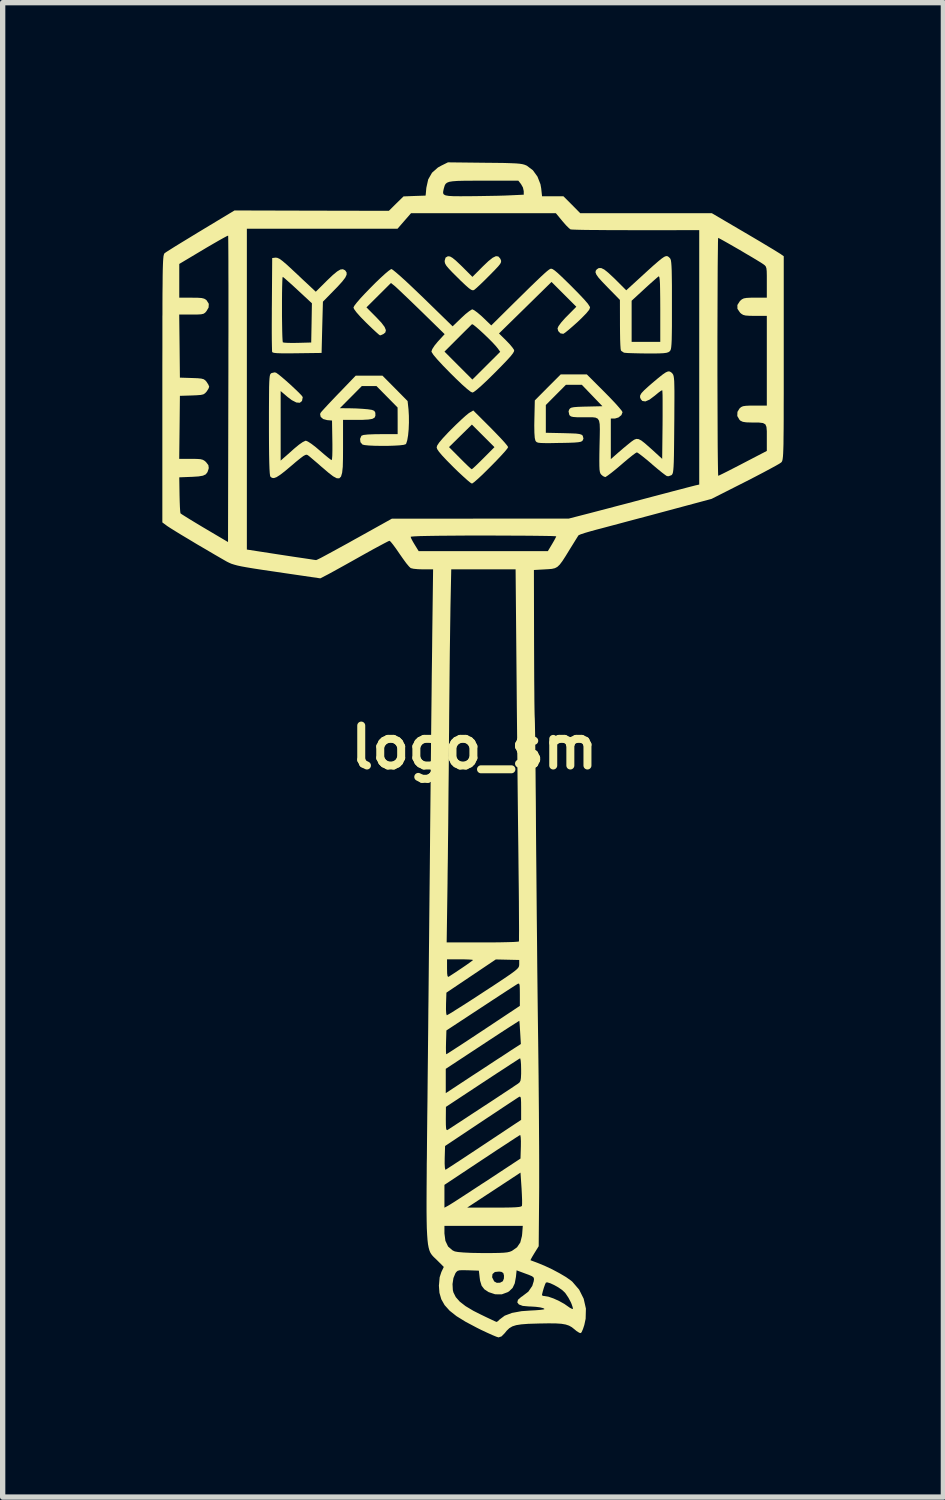
<source format=kicad_pcb>
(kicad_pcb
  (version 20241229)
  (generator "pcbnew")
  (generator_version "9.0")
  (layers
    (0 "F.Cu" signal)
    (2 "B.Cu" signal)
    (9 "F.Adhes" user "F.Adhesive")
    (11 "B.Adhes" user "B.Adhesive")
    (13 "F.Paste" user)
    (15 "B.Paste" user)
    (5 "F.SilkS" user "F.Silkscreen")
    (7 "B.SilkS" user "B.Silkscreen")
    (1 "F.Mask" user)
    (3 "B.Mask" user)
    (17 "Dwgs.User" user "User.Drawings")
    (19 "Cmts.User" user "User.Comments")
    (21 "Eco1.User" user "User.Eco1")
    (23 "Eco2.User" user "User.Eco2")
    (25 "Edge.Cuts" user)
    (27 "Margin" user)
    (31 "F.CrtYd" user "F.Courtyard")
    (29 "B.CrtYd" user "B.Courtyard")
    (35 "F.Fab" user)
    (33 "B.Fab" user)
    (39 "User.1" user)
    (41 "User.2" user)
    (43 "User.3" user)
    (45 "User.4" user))
  (footprint "logo_sm"
    (layer "F.Cu")
    (at 5.862 10.993)
    (property "Reference" "logo_sm" (at 0 0 0) (layer "F.SilkS") (effects (font (size 0.75 0.75) (thickness 0.15))))
    (attr board_only exclude_from_pos_files exclude_from_bom)
    (fp_poly (pts (xy 0.45 -9.225) (xy 0.484 -9.188) (xy 0.493 -9.17) (xy 0.503 -9.143) (xy 0.501 -9.117) (xy 0.485 -9.084) (xy 0.448 -9.038) (xy 0.386 -8.972) (xy 0.295 -8.879) (xy 0.279 -8.863) (xy 0.188 -8.772) (xy 0.106 -8.693) (xy 0.04 -8.632) (xy -0.001 -8.598) (xy -0.008 -8.593) (xy -0.03 -8.589) (xy -0.061 -8.599) (xy -0.105 -8.63) (xy -0.168 -8.686) (xy -0.257 -8.77) (xy -0.308 -8.821) (xy -0.409 -8.921) (xy -0.479 -8.995) (xy -0.524 -9.048) (xy -0.548 -9.089) (xy -0.557 -9.122) (xy -0.557 -9.146) (xy -0.541 -9.203) (xy -0.502 -9.226) (xy -0.491 -9.228) (xy -0.456 -9.224) (xy -0.412 -9.199) (xy -0.35 -9.149) (xy -0.265 -9.069) (xy -0.234 -9.039) (xy -0.036 -8.841) (xy 0.159 -9.037) (xy 0.264 -9.137) (xy 0.345 -9.201) (xy 0.405 -9.23)) (stroke (width 0) (type solid)) (fill yes) (layer "F.SilkS"))
    (fp_poly (pts (xy 0.308 -6.004) (xy 0.41 -5.899) (xy 0.5 -5.805) (xy 0.571 -5.727) (xy 0.617 -5.671) (xy 0.635 -5.643) (xy 0.635 -5.643) (xy 0.618 -5.614) (xy 0.573 -5.559) (xy 0.504 -5.483) (xy 0.421 -5.395) (xy 0.328 -5.3) (xy 0.233 -5.205) (xy 0.142 -5.116) (xy 0.062 -5.042) (xy -0.001 -4.987) (xy -0.039 -4.96) (xy -0.046 -4.958) (xy -0.074 -4.974) (xy -0.13 -5.02) (xy -0.208 -5.09) (xy -0.302 -5.177) (xy -0.395 -5.268) (xy -0.517 -5.391) (xy -0.606 -5.486) (xy -0.665 -5.556) (xy -0.698 -5.605) (xy -0.708 -5.638) (xy -0.707 -5.643) (xy -0.476 -5.643) (xy -0.269 -5.435) (xy -0.188 -5.354) (xy -0.12 -5.288) (xy -0.071 -5.243) (xy -0.049 -5.227) (xy -0.049 -5.227) (xy -0.027 -5.243) (xy 0.021 -5.287) (xy 0.089 -5.353) (xy 0.17 -5.433) (xy 0.171 -5.434) (xy 0.378 -5.642) (xy 0.166 -5.854) (xy -0.046 -6.066) (xy -0.261 -5.855) (xy -0.476 -5.643) (xy -0.707 -5.643) (xy -0.697 -5.675) (xy -0.659 -5.731) (xy -0.593 -5.809) (xy -0.495 -5.914) (xy -0.441 -5.969) (xy -0.342 -6.067) (xy -0.249 -6.155) (xy -0.17 -6.227) (xy -0.113 -6.274) (xy -0.096 -6.286) (xy -0.02 -6.331)) (stroke (width 0) (type solid)) (fill yes) (layer "F.SilkS"))
    (fp_poly (pts (xy -3.702 -9.199) (xy -3.66 -9.18) (xy -3.604 -9.139) (xy -3.526 -9.073) (xy -3.421 -8.976) (xy -3.417 -8.972) (xy -3.316 -8.878) (xy -3.22 -8.787) (xy -3.137 -8.71) (xy -3.079 -8.656) (xy -3.071 -8.648) (xy -2.979 -8.562) (xy -2.765 -8.775) (xy -2.659 -8.876) (xy -2.578 -8.943) (xy -2.517 -8.979) (xy -2.47 -8.985) (xy -2.431 -8.966) (xy -2.423 -8.958) (xy -2.4 -8.923) (xy -2.4 -8.881) (xy -2.426 -8.826) (xy -2.482 -8.753) (xy -2.57 -8.656) (xy -2.619 -8.606) (xy -2.845 -8.375) (xy -2.858 -7.893) (xy -2.87 -7.412) (xy -3.328 -7.406) (xy -3.497 -7.404) (xy -3.623 -7.405) (xy -3.711 -7.408) (xy -3.766 -7.414) (xy -3.793 -7.424) (xy -3.799 -7.43) (xy -3.801 -7.461) (xy -3.803 -7.535) (xy -3.805 -7.647) (xy -3.806 -7.79) (xy -3.806 -7.958) (xy -3.805 -8.147) (xy -3.805 -8.248) (xy -3.614 -8.248) (xy -3.614 -8.099) (xy -3.612 -7.956) (xy -3.61 -7.829) (xy -3.607 -7.723) (xy -3.603 -7.649) (xy -3.599 -7.613) (xy -3.598 -7.611) (xy -3.567 -7.605) (xy -3.5 -7.601) (xy -3.405 -7.6) (xy -3.323 -7.601) (xy -3.065 -7.608) (xy -3.058 -7.976) (xy -3.052 -8.345) (xy -3.319 -8.593) (xy -3.413 -8.68) (xy -3.495 -8.753) (xy -3.557 -8.808) (xy -3.594 -8.838) (xy -3.6 -8.841) (xy -3.605 -8.818) (xy -3.608 -8.754) (xy -3.611 -8.657) (xy -3.613 -8.535) (xy -3.614 -8.396) (xy -3.614 -8.248) (xy -3.805 -8.248) (xy -3.804 -8.328) (xy -3.798 -9.195) (xy -3.734 -9.203)) (stroke (width 0) (type solid)) (fill yes) (layer "F.SilkS"))
    (fp_poly (pts (xy 3.627 -9.23) (xy 3.649 -9.217) (xy 3.671 -9.196) (xy 3.674 -9.194) (xy 3.684 -9.178) (xy 3.693 -9.151) (xy 3.699 -9.108) (xy 3.704 -9.044) (xy 3.708 -8.954) (xy 3.71 -8.834) (xy 3.712 -8.677) (xy 3.712 -8.48) (xy 3.712 -8.318) (xy 3.712 -8.093) (xy 3.712 -7.911) (xy 3.71 -7.769) (xy 3.708 -7.66) (xy 3.704 -7.58) (xy 3.699 -7.523) (xy 3.693 -7.486) (xy 3.684 -7.461) (xy 3.673 -7.446) (xy 3.668 -7.441) (xy 3.644 -7.425) (xy 3.607 -7.414) (xy 3.55 -7.407) (xy 3.464 -7.403) (xy 3.342 -7.402) (xy 3.234 -7.402) (xy 3.099 -7.404) (xy 2.98 -7.407) (xy 2.885 -7.41) (xy 2.825 -7.415) (xy 2.809 -7.418) (xy 2.765 -7.447) (xy 2.754 -7.459) (xy 2.748 -7.491) (xy 2.743 -7.563) (xy 2.739 -7.669) (xy 2.737 -7.798) (xy 2.736 -7.944) (xy 2.736 -7.947) (xy 2.735 -8.393) (xy 2.955 -8.393) (xy 2.955 -8.007) (xy 2.955 -7.62) (xy 3.224 -7.62) (xy 3.493 -7.62) (xy 3.493 -8.244) (xy 3.492 -8.441) (xy 3.49 -8.594) (xy 3.488 -8.707) (xy 3.483 -8.784) (xy 3.477 -8.83) (xy 3.469 -8.85) (xy 3.462 -8.85) (xy 3.433 -8.827) (xy 3.377 -8.778) (xy 3.3 -8.71) (xy 3.21 -8.628) (xy 3.193 -8.612) (xy 2.955 -8.393) (xy 2.735 -8.393) (xy 2.735 -8.408) (xy 2.503 -8.645) (xy 2.402 -8.75) (xy 2.332 -8.828) (xy 2.292 -8.885) (xy 2.276 -8.927) (xy 2.282 -8.959) (xy 2.301 -8.983) (xy 2.338 -9.007) (xy 2.383 -9.007) (xy 2.441 -8.979) (xy 2.516 -8.919) (xy 2.616 -8.826) (xy 2.642 -8.801) (xy 2.854 -8.589) (xy 3.106 -8.819) (xy 3.252 -8.953) (xy 3.366 -9.056) (xy 3.454 -9.132) (xy 3.519 -9.185) (xy 3.566 -9.217) (xy 3.601 -9.231)) (stroke (width 0) (type solid)) (fill yes) (layer "F.SilkS"))
    (fp_poly (pts (xy 1.472 -8.986) (xy 1.511 -8.96) (xy 1.568 -8.912) (xy 1.646 -8.839) (xy 1.751 -8.737) (xy 1.822 -8.667) (xy 1.96 -8.527) (xy 2.063 -8.418) (xy 2.132 -8.338) (xy 2.167 -8.284) (xy 2.174 -8.264) (xy 2.157 -8.222) (xy 2.104 -8.157) (xy 2.015 -8.066) (xy 1.94 -7.994) (xy 1.849 -7.913) (xy 1.769 -7.844) (xy 1.708 -7.795) (xy 1.672 -7.771) (xy 1.67 -7.771) (xy 1.617 -7.78) (xy 1.576 -7.823) (xy 1.563 -7.873) (xy 1.581 -7.915) (xy 1.631 -7.983) (xy 1.707 -8.069) (xy 1.74 -8.102) (xy 1.916 -8.28) (xy 1.683 -8.513) (xy 1.45 -8.746) (xy 0.957 -8.262) (xy 0.463 -7.778) (xy 0.598 -7.645) (xy 0.665 -7.575) (xy 0.717 -7.512) (xy 0.746 -7.469) (xy 0.748 -7.465) (xy 0.745 -7.441) (xy 0.725 -7.405) (xy 0.682 -7.35) (xy 0.614 -7.275) (xy 0.517 -7.174) (xy 0.389 -7.044) (xy 0.388 -7.043) (xy 0.25 -6.907) (xy 0.136 -6.8) (xy 0.048 -6.723) (xy -0.011 -6.678) (xy -0.037 -6.668) (xy -0.072 -6.685) (xy -0.138 -6.737) (xy -0.232 -6.82) (xy -0.35 -6.933) (xy -0.446 -7.028) (xy -0.59 -7.175) (xy -0.697 -7.291) (xy -0.768 -7.375) (xy -0.802 -7.428) (xy -0.805 -7.437) (xy -0.561 -7.437) (xy -0.299 -7.174) (xy -0.037 -6.912) (xy 0.224 -7.172) (xy 0.486 -7.433) (xy 0.441 -7.496) (xy 0.399 -7.547) (xy 0.337 -7.614) (xy 0.261 -7.69) (xy 0.18 -7.768) (xy 0.102 -7.84) (xy 0.033 -7.9) (xy -0.017 -7.94) (xy -0.043 -7.953) (xy -0.043 -7.953) (xy -0.066 -7.931) (xy -0.117 -7.88) (xy -0.189 -7.809) (xy -0.275 -7.723) (xy -0.311 -7.687) (xy -0.561 -7.437) (xy -0.805 -7.437) (xy -0.806 -7.441) (xy -0.79 -7.485) (xy -0.748 -7.55) (xy -0.688 -7.623) (xy -0.682 -7.63) (xy -0.558 -7.765) (xy -0.998 -8.195) (xy -1.122 -8.315) (xy -1.238 -8.427) (xy -1.34 -8.524) (xy -1.422 -8.602) (xy -1.479 -8.655) (xy -1.502 -8.675) (xy -1.567 -8.726) (xy -1.797 -8.497) (xy -2.027 -8.268) (xy -1.844 -8.084) (xy -1.746 -7.98) (xy -1.686 -7.9) (xy -1.662 -7.84) (xy -1.672 -7.797) (xy -1.708 -7.767) (xy -1.753 -7.747) (xy -1.772 -7.742) (xy -1.795 -7.758) (xy -1.846 -7.803) (xy -1.917 -7.869) (xy -2.003 -7.952) (xy -2.031 -7.979) (xy -2.137 -8.087) (xy -2.215 -8.175) (xy -2.26 -8.237) (xy -2.271 -8.266) (xy -2.254 -8.299) (xy -2.208 -8.359) (xy -2.139 -8.439) (xy -2.053 -8.531) (xy -1.958 -8.629) (xy -1.86 -8.728) (xy -1.765 -8.819) (xy -1.68 -8.897) (xy -1.612 -8.954) (xy -1.567 -8.985) (xy -1.556 -8.988) (xy -1.529 -8.971) (xy -1.471 -8.924) (xy -1.388 -8.852) (xy -1.283 -8.757) (xy -1.163 -8.644) (xy -1.03 -8.517) (xy -0.96 -8.45) (xy -0.408 -7.912) (xy -0.243 -8.071) (xy -0.167 -8.141) (xy -0.099 -8.195) (xy -0.051 -8.226) (xy -0.037 -8.231) (xy -0.002 -8.214) (xy 0.057 -8.171) (xy 0.13 -8.109) (xy 0.161 -8.08) (xy 0.318 -7.929) (xy 0.74 -8.347) (xy 0.91 -8.514) (xy 1.048 -8.65) (xy 1.16 -8.758) (xy 1.247 -8.841) (xy 1.314 -8.903) (xy 1.364 -8.947) (xy 1.4 -8.975) (xy 1.425 -8.991) (xy 1.445 -8.995)) (stroke (width 0) (type solid)) (fill yes) (layer "F.SilkS"))
    (fp_poly (pts (xy -3.724 -7.04) (xy -3.68 -7.009) (xy -3.615 -6.956) (xy -3.536 -6.888) (xy -3.451 -6.812) (xy -3.37 -6.736) (xy -3.299 -6.668) (xy -3.248 -6.615) (xy -3.225 -6.584) (xy -3.224 -6.581) (xy -3.238 -6.509) (xy -3.279 -6.476) (xy -3.344 -6.481) (xy -3.43 -6.525) (xy -3.508 -6.584) (xy -3.639 -6.696) (xy -3.639 -6.042) (xy -3.639 -5.389) (xy -3.584 -5.438) (xy -3.54 -5.476) (xy -3.472 -5.536) (xy -3.394 -5.606) (xy -3.372 -5.625) (xy -3.294 -5.689) (xy -3.225 -5.737) (xy -3.175 -5.761) (xy -3.165 -5.763) (xy -3.127 -5.747) (xy -3.062 -5.705) (xy -2.981 -5.643) (xy -2.907 -5.58) (xy -2.822 -5.507) (xy -2.751 -5.448) (xy -2.7 -5.409) (xy -2.68 -5.398) (xy -2.674 -5.421) (xy -2.669 -5.484) (xy -2.667 -5.58) (xy -2.667 -5.699) (xy -2.668 -5.77) (xy -2.674 -6.142) (xy -2.766 -6.15) (xy -2.84 -6.17) (xy -2.887 -6.211) (xy -2.898 -6.263) (xy -2.889 -6.286) (xy -2.867 -6.314) (xy -2.816 -6.37) (xy -2.742 -6.45) (xy -2.652 -6.545) (xy -2.55 -6.652) (xy -2.549 -6.652) (xy -2.229 -6.985) (xy -1.977 -6.985) (xy -1.726 -6.985) (xy -1.49 -6.747) (xy -1.254 -6.508) (xy -1.237 -6.351) (xy -1.23 -6.232) (xy -1.229 -6.105) (xy -1.234 -5.978) (xy -1.245 -5.863) (xy -1.261 -5.77) (xy -1.28 -5.71) (xy -1.29 -5.697) (xy -1.329 -5.685) (xy -1.405 -5.676) (xy -1.51 -5.67) (xy -1.63 -5.666) (xy -1.756 -5.666) (xy -1.878 -5.668) (xy -1.983 -5.673) (xy -2.062 -5.681) (xy -2.102 -5.691) (xy -2.14 -5.735) (xy -2.147 -5.797) (xy -2.123 -5.853) (xy -2.12 -5.857) (xy -2.082 -5.871) (xy -1.998 -5.88) (xy -1.869 -5.885) (xy -1.766 -5.886) (xy -1.441 -5.886) (xy -1.441 -6.136) (xy -1.442 -6.387) (xy -1.64 -6.588) (xy -1.839 -6.79) (xy -1.976 -6.79) (xy -2.114 -6.79) (xy -2.32 -6.582) (xy -2.527 -6.374) (xy -2.332 -6.372) (xy -2.216 -6.369) (xy -2.099 -6.362) (xy -2.004 -6.354) (xy -2.003 -6.354) (xy -1.924 -6.342) (xy -1.882 -6.325) (xy -1.864 -6.299) (xy -1.86 -6.281) (xy -1.859 -6.231) (xy -1.875 -6.196) (xy -1.917 -6.173) (xy -1.99 -6.161) (xy -2.1 -6.155) (xy -2.189 -6.155) (xy -2.467 -6.155) (xy -2.467 -5.633) (xy -2.468 -5.43) (xy -2.472 -5.273) (xy -2.484 -5.161) (xy -2.505 -5.089) (xy -2.538 -5.056) (xy -2.586 -5.058) (xy -2.653 -5.094) (xy -2.74 -5.161) (xy -2.851 -5.256) (xy -2.867 -5.269) (xy -2.956 -5.347) (xy -3.036 -5.415) (xy -3.096 -5.466) (xy -3.127 -5.49) (xy -3.147 -5.5) (xy -3.174 -5.496) (xy -3.213 -5.475) (xy -3.27 -5.432) (xy -3.353 -5.365) (xy -3.442 -5.289) (xy -3.561 -5.189) (xy -3.651 -5.12) (xy -3.717 -5.078) (xy -3.765 -5.061) (xy -3.801 -5.065) (xy -3.83 -5.085) (xy -3.838 -5.107) (xy -3.844 -5.156) (xy -3.849 -5.237) (xy -3.853 -5.352) (xy -3.856 -5.504) (xy -3.858 -5.698) (xy -3.859 -5.935) (xy -3.859 -6.061) (xy -3.859 -6.301) (xy -3.858 -6.497) (xy -3.857 -6.653) (xy -3.856 -6.774) (xy -3.853 -6.865) (xy -3.849 -6.931) (xy -3.844 -6.975) (xy -3.837 -7.004) (xy -3.828 -7.02) (xy -3.816 -7.03) (xy -3.81 -7.034) (xy -3.753 -7.047)) (stroke (width 0) (type solid)) (fill yes) (layer "F.SilkS"))
    (fp_poly (pts (xy 3.672 -7.063) (xy 3.7 -7.046) (xy 3.713 -7.034) (xy 3.726 -7.019) (xy 3.736 -7.002) (xy 3.744 -6.976) (xy 3.75 -6.938) (xy 3.755 -6.881) (xy 3.757 -6.802) (xy 3.759 -6.696) (xy 3.759 -6.557) (xy 3.758 -6.38) (xy 3.757 -6.162) (xy 3.756 -6.066) (xy 3.754 -5.83) (xy 3.752 -5.637) (xy 3.75 -5.484) (xy 3.747 -5.366) (xy 3.743 -5.277) (xy 3.738 -5.214) (xy 3.732 -5.17) (xy 3.724 -5.143) (xy 3.714 -5.126) (xy 3.704 -5.116) (xy 3.651 -5.096) (xy 3.618 -5.098) (xy 3.586 -5.119) (xy 3.524 -5.166) (xy 3.443 -5.232) (xy 3.349 -5.311) (xy 3.33 -5.329) (xy 3.236 -5.408) (xy 3.154 -5.474) (xy 3.092 -5.521) (xy 3.057 -5.543) (xy 3.054 -5.544) (xy 3.026 -5.529) (xy 2.969 -5.487) (xy 2.891 -5.424) (xy 2.798 -5.346) (xy 2.759 -5.312) (xy 2.661 -5.229) (xy 2.575 -5.16) (xy 2.507 -5.109) (xy 2.466 -5.082) (xy 2.458 -5.08) (xy 2.418 -5.097) (xy 2.384 -5.126) (xy 2.369 -5.146) (xy 2.359 -5.175) (xy 2.352 -5.22) (xy 2.349 -5.286) (xy 2.348 -5.382) (xy 2.349 -5.513) (xy 2.352 -5.674) (xy 2.356 -5.848) (xy 2.358 -5.98) (xy 2.355 -6.074) (xy 2.343 -6.138) (xy 2.318 -6.177) (xy 2.276 -6.197) (xy 2.215 -6.204) (xy 2.13 -6.204) (xy 2.034 -6.203) (xy 1.926 -6.204) (xy 1.857 -6.209) (xy 1.816 -6.219) (xy 1.792 -6.237) (xy 1.783 -6.252) (xy 1.77 -6.315) (xy 1.782 -6.349) (xy 1.798 -6.37) (xy 1.824 -6.384) (xy 1.87 -6.393) (xy 1.943 -6.399) (xy 2.054 -6.403) (xy 2.107 -6.404) (xy 2.406 -6.411) (xy 2.212 -6.613) (xy 2.019 -6.814) (xy 1.87 -6.814) (xy 1.721 -6.814) (xy 1.532 -6.624) (xy 1.343 -6.434) (xy 1.343 -6.173) (xy 1.343 -5.912) (xy 1.676 -5.905) (xy 1.813 -5.901) (xy 1.909 -5.897) (xy 1.972 -5.889) (xy 2.01 -5.878) (xy 2.031 -5.863) (xy 2.037 -5.855) (xy 2.05 -5.803) (xy 2.037 -5.77) (xy 2.022 -5.754) (xy 1.995 -5.742) (xy 1.949 -5.734) (xy 1.877 -5.728) (xy 1.771 -5.724) (xy 1.626 -5.721) (xy 1.592 -5.721) (xy 1.44 -5.718) (xy 1.33 -5.718) (xy 1.253 -5.72) (xy 1.204 -5.725) (xy 1.175 -5.734) (xy 1.158 -5.748) (xy 1.147 -5.765) (xy 1.135 -5.816) (xy 1.128 -5.913) (xy 1.126 -6.052) (xy 1.128 -6.168) (xy 1.136 -6.52) (xy 1.379 -6.765) (xy 1.623 -7.009) (xy 1.868 -7.009) (xy 2.113 -7.009) (xy 2.449 -6.673) (xy 2.553 -6.567) (xy 2.644 -6.471) (xy 2.716 -6.39) (xy 2.765 -6.331) (xy 2.784 -6.3) (xy 2.784 -6.299) (xy 2.763 -6.244) (xy 2.709 -6.2) (xy 2.64 -6.179) (xy 2.63 -6.179) (xy 2.564 -6.179) (xy 2.564 -5.798) (xy 2.564 -5.417) (xy 2.713 -5.548) (xy 2.798 -5.621) (xy 2.883 -5.691) (xy 2.95 -5.745) (xy 2.954 -5.748) (xy 3.002 -5.781) (xy 3.043 -5.797) (xy 3.086 -5.793) (xy 3.137 -5.767) (xy 3.205 -5.714) (xy 3.298 -5.632) (xy 3.346 -5.589) (xy 3.529 -5.422) (xy 3.536 -6.061) (xy 3.537 -6.232) (xy 3.537 -6.387) (xy 3.537 -6.519) (xy 3.536 -6.622) (xy 3.533 -6.688) (xy 3.531 -6.711) (xy 3.508 -6.702) (xy 3.46 -6.667) (xy 3.396 -6.614) (xy 3.39 -6.609) (xy 3.29 -6.534) (xy 3.213 -6.501) (xy 3.156 -6.51) (xy 3.127 -6.544) (xy 3.113 -6.579) (xy 3.116 -6.615) (xy 3.14 -6.657) (xy 3.191 -6.711) (xy 3.272 -6.785) (xy 3.342 -6.846) (xy 3.455 -6.941) (xy 3.538 -7.007) (xy 3.597 -7.047) (xy 3.64 -7.065)) (stroke (width 0) (type solid)) (fill yes) (layer "F.SilkS"))
    (fp_poly (pts (xy 0.198 -10.985) (xy 0.402 -10.983) (xy 0.563 -10.981) (xy 0.687 -10.977) (xy 0.781 -10.973) (xy 0.851 -10.967) (xy 0.902 -10.959) (xy 0.94 -10.949) (xy 0.973 -10.936) (xy 0.989 -10.928) (xy 1.1 -10.844) (xy 1.186 -10.725) (xy 1.242 -10.582) (xy 1.256 -10.504) (xy 1.272 -10.355) (xy 1.473 -10.355) (xy 1.674 -10.355) (xy 1.832 -10.197) (xy 1.989 -10.038) (xy 3.225 -10.038) (xy 4.461 -10.038) (xy 5.069 -9.681) (xy 5.229 -9.587) (xy 5.378 -9.499) (xy 5.509 -9.42) (xy 5.618 -9.355) (xy 5.697 -9.306) (xy 5.742 -9.278) (xy 5.746 -9.276) (xy 5.813 -9.229) (xy 5.813 -7.314) (xy 5.813 -6.963) (xy 5.813 -6.658) (xy 5.812 -6.395) (xy 5.812 -6.171) (xy 5.811 -5.984) (xy 5.809 -5.828) (xy 5.808 -5.702) (xy 5.805 -5.602) (xy 5.802 -5.524) (xy 5.798 -5.466) (xy 5.793 -5.425) (xy 5.788 -5.396) (xy 5.781 -5.377) (xy 5.774 -5.364) (xy 5.765 -5.355) (xy 5.763 -5.353) (xy 5.729 -5.33) (xy 5.657 -5.289) (xy 5.554 -5.233) (xy 5.425 -5.164) (xy 5.276 -5.086) (xy 5.115 -5.003) (xy 5.085 -4.988) (xy 4.457 -4.67) (xy 3.541 -4.424) (xy 3.322 -4.365) (xy 3.103 -4.307) (xy 2.892 -4.251) (xy 2.699 -4.199) (xy 2.529 -4.154) (xy 2.391 -4.117) (xy 2.298 -4.093) (xy 2.178 -4.06) (xy 2.075 -4.03) (xy 2 -4.005) (xy 1.959 -3.987) (xy 1.956 -3.984) (xy 1.938 -3.956) (xy 1.9 -3.895) (xy 1.848 -3.811) (xy 1.797 -3.729) (xy 1.716 -3.597) (xy 1.654 -3.501) (xy 1.604 -3.435) (xy 1.559 -3.392) (xy 1.513 -3.368) (xy 1.457 -3.355) (xy 1.386 -3.349) (xy 1.331 -3.346) (xy 1.119 -3.334) (xy 1.122 -1.959) (xy 1.123 -1.704) (xy 1.124 -1.463) (xy 1.125 -1.241) (xy 1.127 -1.042) (xy 1.128 -0.871) (xy 1.13 -0.733) (xy 1.132 -0.631) (xy 1.134 -0.57) (xy 1.135 -0.555) (xy 1.136 -0.526) (xy 1.138 -0.453) (xy 1.14 -0.338) (xy 1.143 -0.184) (xy 1.145 0.003) (xy 1.147 0.221) (xy 1.15 0.465) (xy 1.152 0.733) (xy 1.155 1.021) (xy 1.157 1.324) (xy 1.158 1.502) (xy 1.161 1.881) (xy 1.165 2.297) (xy 1.169 2.739) (xy 1.173 3.197) (xy 1.178 3.662) (xy 1.182 4.122) (xy 1.187 4.568) (xy 1.192 4.99) (xy 1.197 5.376) (xy 1.199 5.507) (xy 1.203 5.843) (xy 1.207 6.187) (xy 1.21 6.532) (xy 1.213 6.871) (xy 1.215 7.199) (xy 1.217 7.51) (xy 1.218 7.796) (xy 1.218 8.051) (xy 1.218 8.27) (xy 1.217 8.428) (xy 1.209 9.371) (xy 1.129 9.5) (xy 1.088 9.568) (xy 1.062 9.616) (xy 1.055 9.634) (xy 1.08 9.644) (xy 1.137 9.665) (xy 1.185 9.683) (xy 1.319 9.738) (xy 1.462 9.805) (xy 1.601 9.879) (xy 1.723 9.951) (xy 1.816 10.017) (xy 1.841 10.038) (xy 1.969 10.187) (xy 2.054 10.357) (xy 2.096 10.542) (xy 2.091 10.734) (xy 2.066 10.851) (xy 2.041 10.927) (xy 2.016 10.984) (xy 2.001 11.003) (xy 1.971 10.997) (xy 1.919 10.964) (xy 1.882 10.933) (xy 1.832 10.893) (xy 1.779 10.863) (xy 1.716 10.842) (xy 1.635 10.828) (xy 1.528 10.821) (xy 1.389 10.82) (xy 1.209 10.823) (xy 1.18 10.824) (xy 1.011 10.829) (xy 0.882 10.839) (xy 0.786 10.854) (xy 0.714 10.877) (xy 0.657 10.911) (xy 0.608 10.958) (xy 0.572 11.003) (xy 0.511 11.065) (xy 0.455 11.084) (xy 0.455 11.084) (xy 0.416 11.072) (xy 0.343 11.042) (xy 0.243 10.997) (xy 0.126 10.942) (xy 0.048 10.903) (xy -0.165 10.79) (xy -0.335 10.685) (xy -0.465 10.582) (xy -0.559 10.477) (xy -0.621 10.367) (xy -0.656 10.246) (xy -0.666 10.111) (xy -0.663 10.082) (xy -0.41 10.082) (xy -0.404 10.195) (xy -0.393 10.239) (xy -0.349 10.327) (xy -0.275 10.411) (xy -0.166 10.496) (xy -0.017 10.585) (xy 0.11 10.649) (xy 0.219 10.702) (xy 0.312 10.746) (xy 0.38 10.778) (xy 0.415 10.793) (xy 0.418 10.793) (xy 0.443 10.779) (xy 0.474 10.748) (xy 0.57 10.676) (xy 0.707 10.624) (xy 0.887 10.591) (xy 1.044 10.58) (xy 1.153 10.574) (xy 1.242 10.567) (xy 1.3 10.559) (xy 1.319 10.551) (xy 1.296 10.535) (xy 1.236 10.52) (xy 1.151 10.509) (xy 1.05 10.503) (xy 1.018 10.502) (xy 0.909 10.492) (xy 0.837 10.465) (xy 0.807 10.426) (xy 0.82 10.377) (xy 0.879 10.325) (xy 0.903 10.31) (xy 0.927 10.291) (xy 1.27 10.291) (xy 1.29 10.304) (xy 1.318 10.307) (xy 1.391 10.319) (xy 1.489 10.353) (xy 1.594 10.401) (xy 1.691 10.455) (xy 1.738 10.488) (xy 1.797 10.529) (xy 1.839 10.55) (xy 1.852 10.549) (xy 1.847 10.516) (xy 1.827 10.457) (xy 1.813 10.424) (xy 1.768 10.339) (xy 1.714 10.258) (xy 1.7 10.241) (xy 1.65 10.194) (xy 1.579 10.145) (xy 1.501 10.101) (xy 1.428 10.067) (xy 1.371 10.05) (xy 1.345 10.054) (xy 1.329 10.087) (xy 1.307 10.148) (xy 1.287 10.216) (xy 1.273 10.272) (xy 1.27 10.291) (xy 0.927 10.291) (xy 1.014 10.225) (xy 1.088 10.117) (xy 1.115 10.03) (xy 1.121 9.987) (xy 1.113 9.958) (xy 1.084 9.935) (xy 1.024 9.909) (xy 0.961 9.886) (xy 0.794 9.824) (xy 0.781 9.949) (xy 0.759 10.069) (xy 0.719 10.154) (xy 0.653 10.218) (xy 0.627 10.234) (xy 0.516 10.275) (xy 0.391 10.274) (xy 0.268 10.233) (xy 0.188 10.18) (xy 0.137 10.114) (xy 0.108 10.019) (xy 0.099 9.954) (xy 0.334 9.954) (xy 0.371 10.029) (xy 0.373 10.032) (xy 0.42 10.058) (xy 0.482 10.057) (xy 0.533 10.03) (xy 0.536 10.027) (xy 0.555 9.978) (xy 0.557 9.923) (xy 0.544 9.875) (xy 0.51 9.853) (xy 0.465 9.847) (xy 0.386 9.855) (xy 0.341 9.894) (xy 0.334 9.954) (xy 0.099 9.954) (xy 0.099 9.952) (xy 0.085 9.83) (xy -0.115 9.823) (xy -0.214 9.821) (xy -0.277 9.823) (xy -0.315 9.834) (xy -0.339 9.855) (xy -0.356 9.879) (xy -0.393 9.969) (xy -0.41 10.082) (xy -0.663 10.082) (xy -0.652 9.955) (xy -0.62 9.856) (xy -0.574 9.76) (xy -0.701 9.633) (xy -0.733 9.602) (xy -0.762 9.575) (xy -0.787 9.548) (xy -0.809 9.52) (xy -0.829 9.487) (xy -0.845 9.447) (xy -0.859 9.396) (xy -0.871 9.332) (xy -0.88 9.252) (xy -0.887 9.154) (xy -0.888 9.131) (xy -0.562 9.131) (xy -0.544 9.269) (xy -0.493 9.377) (xy -0.409 9.449) (xy -0.366 9.469) (xy -0.305 9.48) (xy -0.2 9.489) (xy -0.057 9.496) (xy 0.12 9.499) (xy 0.171 9.499) (xy 0.337 9.499) (xy 0.461 9.497) (xy 0.552 9.493) (xy 0.618 9.486) (xy 0.665 9.475) (xy 0.703 9.46) (xy 0.707 9.458) (xy 0.802 9.391) (xy 0.863 9.301) (xy 0.894 9.18) (xy 0.899 9.135) (xy 0.91 8.988) (xy 0.174 8.988) (xy -0.562 8.988) (xy -0.562 9.131) (xy -0.888 9.131) (xy -0.893 9.034) (xy -0.896 8.89) (xy -0.898 8.718) (xy -0.898 8.647) (xy -0.562 8.647) (xy -0.558 8.645) (xy -0.134 8.645) (xy 0.373 8.645) (xy 0.549 8.645) (xy 0.682 8.643) (xy 0.778 8.639) (xy 0.841 8.633) (xy 0.877 8.625) (xy 0.893 8.614) (xy 0.894 8.612) (xy 0.897 8.576) (xy 0.897 8.502) (xy 0.893 8.4) (xy 0.887 8.283) (xy 0.867 7.988) (xy 0.366 8.317) (xy -0.134 8.645) (xy -0.558 8.645) (xy -0.495 8.611) (xy -0.458 8.589) (xy -0.386 8.544) (xy -0.285 8.479) (xy -0.159 8.397) (xy -0.015 8.303) (xy 0.142 8.2) (xy 0.22 8.15) (xy 0.867 7.724) (xy 0.874 7.498) (xy 0.875 7.397) (xy 0.871 7.323) (xy 0.864 7.285) (xy 0.859 7.282) (xy 0.834 7.297) (xy 0.773 7.336) (xy 0.681 7.396) (xy 0.564 7.473) (xy 0.424 7.564) (xy 0.269 7.667) (xy 0.137 7.754) (xy -0.562 8.218) (xy -0.562 8.433) (xy -0.562 8.647) (xy -0.898 8.647) (xy -0.898 8.517) (xy -0.897 8.283) (xy -0.895 8.013) (xy -0.894 7.817) (xy -0.558 7.817) (xy -0.554 7.892) (xy -0.546 7.93) (xy -0.541 7.934) (xy -0.516 7.919) (xy -0.456 7.88) (xy -0.364 7.82) (xy -0.246 7.743) (xy -0.107 7.651) (xy 0.049 7.548) (xy 0.18 7.461) (xy 0.879 6.997) (xy 0.879 6.77) (xy 0.878 6.665) (xy 0.875 6.6) (xy 0.868 6.568) (xy 0.854 6.56) (xy 0.836 6.568) (xy 0.806 6.587) (xy 0.741 6.63) (xy 0.645 6.693) (xy 0.524 6.773) (xy 0.383 6.867) (xy 0.227 6.97) (xy 0.122 7.04) (xy -0.55 7.488) (xy -0.557 7.715) (xy -0.558 7.817) (xy -0.894 7.817) (xy -0.892 7.705) (xy -0.889 7.355) (xy -0.885 6.98) (xy -0.536 6.98) (xy -0.535 7.09) (xy -0.531 7.156) (xy -0.521 7.187) (xy -0.507 7.189) (xy -0.479 7.171) (xy -0.416 7.13) (xy -0.323 7.069) (xy -0.205 6.992) (xy -0.067 6.901) (xy 0.086 6.801) (xy 0.147 6.761) (xy 0.305 6.658) (xy 0.452 6.561) (xy 0.582 6.475) (xy 0.69 6.404) (xy 0.77 6.35) (xy 0.817 6.319) (xy 0.824 6.314) (xy 0.851 6.291) (xy 0.867 6.26) (xy 0.875 6.21) (xy 0.879 6.13) (xy 0.879 6.054) (xy 0.877 5.958) (xy 0.871 5.885) (xy 0.863 5.845) (xy 0.858 5.841) (xy 0.833 5.856) (xy 0.773 5.895) (xy 0.681 5.954) (xy 0.564 6.031) (xy 0.425 6.121) (xy 0.27 6.223) (xy 0.151 6.301) (xy -0.534 6.753) (xy -0.536 6.98) (xy -0.885 6.98) (xy -0.885 6.962) (xy -0.881 6.647) (xy -0.877 6.224) (xy -0.875 6.038) (xy -0.537 6.038) (xy -0.537 6.267) (xy -0.537 6.495) (xy -0.031 6.162) (xy 0.123 6.062) (xy 0.275 5.962) (xy 0.418 5.868) (xy 0.542 5.788) (xy 0.638 5.725) (xy 0.675 5.7) (xy 0.874 5.572) (xy 0.861 5.356) (xy 0.855 5.26) (xy 0.85 5.185) (xy 0.846 5.142) (xy 0.845 5.136) (xy 0.824 5.148) (xy 0.768 5.184) (xy 0.68 5.24) (xy 0.565 5.314) (xy 0.429 5.403) (xy 0.276 5.503) (xy 0.152 5.585) (xy -0.537 6.038) (xy -0.875 6.038) (xy -0.872 5.765) (xy -0.871 5.638) (xy -0.534 5.638) (xy -0.533 5.714) (xy -0.53 5.758) (xy -0.527 5.764) (xy -0.504 5.751) (xy -0.446 5.714) (xy -0.357 5.656) (xy -0.241 5.581) (xy -0.104 5.491) (xy 0.05 5.389) (xy 0.17 5.31) (xy 0.855 4.855) (xy 0.855 4.637) (xy 0.854 4.534) (xy 0.851 4.471) (xy 0.843 4.441) (xy 0.828 4.436) (xy 0.812 4.443) (xy 0.782 4.462) (xy 0.716 4.504) (xy 0.62 4.566) (xy 0.499 4.645) (xy 0.358 4.737) (xy 0.203 4.839) (xy 0.122 4.892) (xy -0.525 5.317) (xy -0.532 5.54) (xy -0.534 5.638) (xy -0.871 5.638) (xy -0.867 5.277) (xy -0.864 4.92) (xy -0.533 4.92) (xy -0.529 4.993) (xy -0.52 5.029) (xy -0.516 5.031) (xy -0.491 5.018) (xy -0.429 4.982) (xy -0.338 4.924) (xy -0.22 4.85) (xy -0.081 4.761) (xy 0.073 4.661) (xy 0.175 4.594) (xy 0.358 4.475) (xy 0.504 4.378) (xy 0.617 4.302) (xy 0.702 4.243) (xy 0.762 4.198) (xy 0.802 4.164) (xy 0.826 4.137) (xy 0.838 4.114) (xy 0.842 4.092) (xy 0.843 4.075) (xy 0.843 3.993) (xy 0.623 3.988) (xy 0.403 3.983) (xy -0.061 4.295) (xy -0.525 4.607) (xy -0.532 4.819) (xy -0.533 4.92) (xy -0.864 4.92) (xy -0.862 4.771) (xy -0.857 4.255) (xy -0.856 4.153) (xy -0.513 4.153) (xy -0.511 4.246) (xy -0.504 4.296) (xy -0.49 4.31) (xy -0.482 4.308) (xy -0.45 4.287) (xy -0.387 4.246) (xy -0.304 4.191) (xy -0.238 4.147) (xy -0.15 4.087) (xy -0.08 4.037) (xy -0.036 4.004) (xy -0.024 3.993) (xy -0.047 3.988) (xy -0.108 3.984) (xy -0.198 3.981) (xy -0.269 3.981) (xy -0.513 3.981) (xy -0.513 4.153) (xy -0.856 4.153) (xy -0.852 3.738) (xy -0.851 3.663) (xy -0.52 3.663) (xy 0.154 3.663) (xy 0.33 3.663) (xy 0.49 3.661) (xy 0.627 3.658) (xy 0.734 3.655) (xy 0.806 3.65) (xy 0.837 3.646) (xy 0.837 3.645) (xy 0.839 3.618) (xy 0.839 3.546) (xy 0.84 3.434) (xy 0.839 3.286) (xy 0.838 3.107) (xy 0.837 2.899) (xy 0.835 2.668) (xy 0.832 2.419) (xy 0.829 2.154) (xy 0.829 2.137) (xy 0.826 1.858) (xy 0.822 1.538) (xy 0.818 1.186) (xy 0.814 0.81) (xy 0.81 0.418) (xy 0.806 0.019) (xy 0.802 -0.379) (xy 0.798 -0.768) (xy 0.795 -1.14) (xy 0.793 -1.349) (xy 0.775 -3.346) (xy 0.17 -3.346) (xy -0.434 -3.346) (xy -0.449 -2.632) (xy -0.451 -2.48) (xy -0.454 -2.286) (xy -0.457 -2.056) (xy -0.461 -1.797) (xy -0.464 -1.515) (xy -0.467 -1.217) (xy -0.47 -0.908) (xy -0.473 -0.597) (xy -0.475 -0.288) (xy -0.476 -0.232) (xy -0.478 0.091) (xy -0.481 0.43) (xy -0.485 0.778) (xy -0.488 1.125) (xy -0.491 1.464) (xy -0.495 1.787) (xy -0.498 2.085) (xy -0.502 2.351) (xy -0.504 2.558) (xy -0.52 3.663) (xy -0.851 3.663) (xy -0.847 3.229) (xy -0.842 2.737) (xy -0.837 2.271) (xy -0.833 1.839) (xy -0.831 1.6) (xy -0.827 1.223) (xy -0.823 0.837) (xy -0.819 0.447) (xy -0.815 0.059) (xy -0.811 -0.32) (xy -0.807 -0.686) (xy -0.803 -1.033) (xy -0.8 -1.354) (xy -0.796 -1.643) (xy -0.793 -1.896) (xy -0.791 -2.105) (xy -0.791 -2.106) (xy -0.775 -3.346) (xy -0.963 -3.346) (xy -1.06 -3.349) (xy -1.142 -3.357) (xy -1.193 -3.369) (xy -1.197 -3.371) (xy -1.228 -3.4) (xy -1.279 -3.461) (xy -1.341 -3.546) (xy -1.406 -3.639) (xy -1.471 -3.734) (xy -1.528 -3.811) (xy -1.571 -3.864) (xy -1.594 -3.883) (xy -1.594 -3.883) (xy -1.621 -3.872) (xy -1.685 -3.839) (xy -1.779 -3.789) (xy -1.898 -3.725) (xy -2.033 -3.65) (xy -2.135 -3.593) (xy -2.286 -3.508) (xy -2.431 -3.427) (xy -2.561 -3.355) (xy -2.668 -3.296) (xy -2.745 -3.254) (xy -2.772 -3.24) (xy -2.894 -3.177) (xy -3.297 -3.236) (xy -3.57 -3.276) (xy -3.8 -3.31) (xy -3.99 -3.338) (xy -4.146 -3.362) (xy -4.272 -3.383) (xy -4.372 -3.401) (xy -4.451 -3.418) (xy -4.513 -3.435) (xy -4.564 -3.451) (xy -4.607 -3.47) (xy -4.648 -3.49) (xy -4.69 -3.514) (xy -4.725 -3.534) (xy -4.884 -3.626) (xy -5.047 -3.722) (xy -5.21 -3.817) (xy -5.364 -3.91) (xy -5.505 -3.994) (xy -5.624 -4.067) (xy -5.715 -4.124) (xy -5.773 -4.162) (xy -5.782 -4.169) (xy -5.862 -4.228) (xy -5.862 -6.738) (xy -5.862 -7.144) (xy -5.861 -7.504) (xy -5.861 -7.821) (xy -5.861 -8.097) (xy -5.86 -8.133) (xy -5.545 -8.133) (xy -5.538 -7.541) (xy -5.532 -6.948) (xy -5.307 -6.941) (xy -5.2 -6.937) (xy -5.129 -6.93) (xy -5.085 -6.918) (xy -5.055 -6.897) (xy -5.032 -6.871) (xy -4.998 -6.818) (xy -4.982 -6.779) (xy -4.982 -6.777) (xy -4.996 -6.739) (xy -5.03 -6.686) (xy -5.032 -6.684) (xy -5.06 -6.654) (xy -5.091 -6.634) (xy -5.139 -6.623) (xy -5.215 -6.617) (xy -5.307 -6.613) (xy -5.532 -6.606) (xy -5.538 -6.014) (xy -5.545 -5.422) (xy -5.324 -5.422) (xy -5.217 -5.421) (xy -5.146 -5.416) (xy -5.1 -5.404) (xy -5.065 -5.383) (xy -5.04 -5.36) (xy -4.997 -5.304) (xy -4.99 -5.251) (xy -4.994 -5.231) (xy -5.014 -5.172) (xy -5.046 -5.131) (xy -5.099 -5.106) (xy -5.182 -5.092) (xy -5.304 -5.084) (xy -5.313 -5.084) (xy -5.544 -5.075) (xy -5.539 -4.748) (xy -5.536 -4.625) (xy -5.532 -4.52) (xy -5.527 -4.443) (xy -5.522 -4.402) (xy -5.521 -4.399) (xy -5.497 -4.381) (xy -5.437 -4.343) (xy -5.347 -4.287) (xy -5.235 -4.219) (xy -5.107 -4.142) (xy -5.068 -4.119) (xy -4.628 -3.859) (xy -4.622 -6.733) (xy -4.621 -7.103) (xy -4.621 -7.46) (xy -4.62 -7.8) (xy -4.62 -8.12) (xy -4.62 -8.418) (xy -4.62 -8.689) (xy -4.621 -8.932) (xy -4.621 -9.143) (xy -4.622 -9.319) (xy -4.623 -9.457) (xy -4.624 -9.554) (xy -4.625 -9.607) (xy -4.626 -9.616) (xy -4.649 -9.607) (xy -4.707 -9.576) (xy -4.795 -9.527) (xy -4.906 -9.463) (xy -5.035 -9.388) (xy -5.09 -9.355) (xy -5.544 -9.084) (xy -5.544 -8.767) (xy -5.544 -8.45) (xy -5.312 -8.45) (xy -5.2 -8.449) (xy -5.125 -8.444) (xy -5.077 -8.432) (xy -5.044 -8.413) (xy -5.031 -8.402) (xy -4.989 -8.335) (xy -4.993 -8.265) (xy -5.033 -8.197) (xy -5.059 -8.167) (xy -5.089 -8.148) (xy -5.133 -8.138) (xy -5.202 -8.134) (xy -5.308 -8.133) (xy -5.314 -8.133) (xy -5.545 -8.133) (xy -5.86 -8.133) (xy -5.86 -8.336) (xy -5.859 -8.54) (xy -5.857 -8.712) (xy -5.856 -8.855) (xy -5.854 -8.971) (xy -5.851 -9.064) (xy -5.848 -9.136) (xy -5.844 -9.19) (xy -5.84 -9.229) (xy -5.834 -9.255) (xy -5.829 -9.272) (xy -5.822 -9.283) (xy -5.819 -9.286) (xy -5.788 -9.308) (xy -5.72 -9.351) (xy -5.622 -9.413) (xy -5.498 -9.489) (xy -5.355 -9.576) (xy -5.198 -9.672) (xy -5.141 -9.706) (xy -5.077 -9.745) (xy -4.274 -9.745) (xy -4.274 -6.732) (xy -4.274 -3.718) (xy -3.853 -3.653) (xy -3.692 -3.628) (xy -3.528 -3.603) (xy -3.37 -3.579) (xy -3.227 -3.558) (xy -3.106 -3.54) (xy -3.018 -3.526) (xy -2.972 -3.52) (xy -2.946 -3.531) (xy -2.883 -3.562) (xy -2.788 -3.613) (xy -2.666 -3.679) (xy -2.522 -3.758) (xy -2.361 -3.846) (xy -2.251 -3.908) (xy -2.162 -3.957) (xy -1.197 -3.957) (xy -1.185 -3.924) (xy -1.154 -3.865) (xy -1.121 -3.81) (xy -1.046 -3.688) (xy 0.167 -3.688) (xy 1.381 -3.688) (xy 1.46 -3.82) (xy 1.501 -3.891) (xy 1.529 -3.944) (xy 1.539 -3.966) (xy 1.515 -3.969) (xy 1.447 -3.972) (xy 1.339 -3.974) (xy 1.194 -3.976) (xy 1.019 -3.978) (xy 0.817 -3.979) (xy 0.592 -3.98) (xy 0.348 -3.981) (xy 0.171 -3.981) (xy -0.151 -3.981) (xy -0.433 -3.979) (xy -0.672 -3.977) (xy -0.868 -3.974) (xy -1.019 -3.971) (xy -1.125 -3.966) (xy -1.184 -3.961) (xy -1.197 -3.957) (xy -2.162 -3.957) (xy -1.55 -4.298) (xy 0.11 -4.299) (xy 1.771 -4.299) (xy 2.186 -4.406) (xy 2.319 -4.441) (xy 2.488 -4.485) (xy 2.684 -4.537) (xy 2.896 -4.592) (xy 3.113 -4.65) (xy 3.324 -4.706) (xy 3.358 -4.715) (xy 3.545 -4.764) (xy 3.718 -4.81) (xy 3.872 -4.85) (xy 4.001 -4.884) (xy 4.098 -4.909) (xy 4.156 -4.924) (xy 4.17 -4.927) (xy 4.225 -4.939) (xy 4.225 -7.329) (xy 4.225 -7.339) (xy 4.567 -7.339) (xy 4.567 -7.013) (xy 4.568 -6.702) (xy 4.569 -6.408) (xy 4.57 -6.135) (xy 4.571 -5.887) (xy 4.572 -5.667) (xy 4.574 -5.478) (xy 4.576 -5.324) (xy 4.578 -5.208) (xy 4.58 -5.134) (xy 4.582 -5.105) (xy 4.583 -5.104) (xy 4.608 -5.115) (xy 4.67 -5.145) (xy 4.762 -5.191) (xy 4.877 -5.25) (xy 5.009 -5.318) (xy 5.047 -5.338) (xy 5.495 -5.571) (xy 5.495 -5.823) (xy 5.495 -5.943) (xy 5.488 -6.023) (xy 5.467 -6.071) (xy 5.423 -6.095) (xy 5.348 -6.104) (xy 5.234 -6.105) (xy 5.208 -6.105) (xy 5.108 -6.108) (xy 5.044 -6.118) (xy 5.001 -6.138) (xy 4.982 -6.155) (xy 4.94 -6.227) (xy 4.943 -6.305) (xy 4.983 -6.37) (xy 5.012 -6.395) (xy 5.048 -6.411) (xy 5.102 -6.419) (xy 5.187 -6.423) (xy 5.264 -6.423) (xy 5.495 -6.423) (xy 5.495 -7.266) (xy 5.495 -8.108) (xy 5.274 -8.108) (xy 5.167 -8.11) (xy 5.096 -8.115) (xy 5.05 -8.127) (xy 5.016 -8.148) (xy 4.993 -8.168) (xy 4.943 -8.241) (xy 4.942 -8.313) (xy 4.989 -8.386) (xy 4.993 -8.39) (xy 5.026 -8.419) (xy 5.063 -8.437) (xy 5.116 -8.446) (xy 5.197 -8.45) (xy 5.274 -8.45) (xy 5.495 -8.45) (xy 5.495 -8.742) (xy 5.495 -8.865) (xy 5.493 -8.949) (xy 5.487 -9.003) (xy 5.475 -9.037) (xy 5.455 -9.06) (xy 5.428 -9.08) (xy 5.384 -9.109) (xy 5.31 -9.154) (xy 5.214 -9.212) (xy 5.103 -9.277) (xy 4.987 -9.346) (xy 4.872 -9.412) (xy 4.766 -9.473) (xy 4.677 -9.523) (xy 4.613 -9.558) (xy 4.583 -9.574) (xy 4.582 -9.574) (xy 4.579 -9.55) (xy 4.577 -9.481) (xy 4.576 -9.369) (xy 4.574 -9.22) (xy 4.572 -9.034) (xy 4.571 -8.818) (xy 4.57 -8.573) (xy 4.569 -8.302) (xy 4.568 -8.011) (xy 4.567 -7.701) (xy 4.567 -7.377) (xy 4.567 -7.339) (xy 4.225 -7.339) (xy 4.225 -9.719) (xy 3.034 -9.718) (xy 2.797 -9.719) (xy 2.573 -9.719) (xy 2.369 -9.721) (xy 2.189 -9.722) (xy 2.038 -9.724) (xy 1.921 -9.727) (xy 1.843 -9.73) (xy 1.808 -9.733) (xy 1.807 -9.733) (xy 1.775 -9.758) (xy 1.722 -9.811) (xy 1.661 -9.881) (xy 1.651 -9.893) (xy 1.531 -10.038) (xy 0.171 -10.038) (xy -1.189 -10.038) (xy -1.317 -9.891) (xy -1.444 -9.745) (xy -2.859 -9.745) (xy -4.274 -9.745) (xy -5.077 -9.745) (xy -4.506 -10.089) (xy -3.056 -10.085) (xy -1.606 -10.082) (xy -1.469 -10.218) (xy -1.331 -10.353) (xy -1.123 -10.361) (xy -0.916 -10.368) (xy -0.911 -10.414) (xy -0.587 -10.414) (xy -0.573 -10.389) (xy -0.539 -10.372) (xy -0.479 -10.362) (xy -0.388 -10.357) (xy -0.259 -10.356) (xy -0.087 -10.357) (xy -0.08 -10.357) (xy 0.091 -10.359) (xy 0.266 -10.362) (xy 0.432 -10.365) (xy 0.574 -10.369) (xy 0.666 -10.373) (xy 0.928 -10.385) (xy 0.928 -10.452) (xy 0.913 -10.52) (xy 0.877 -10.584) (xy 0.827 -10.648) (xy 0.173 -10.648) (xy -0.031 -10.648) (xy -0.193 -10.647) (xy -0.316 -10.644) (xy -0.407 -10.637) (xy -0.471 -10.627) (xy -0.514 -10.61) (xy -0.541 -10.587) (xy -0.557 -10.557) (xy -0.569 -10.517) (xy -0.575 -10.496) (xy -0.585 -10.449) (xy -0.587 -10.414) (xy -0.911 -10.414) (xy -0.902 -10.514) (xy -0.867 -10.672) (xy -0.795 -10.798) (xy -0.684 -10.896) (xy -0.623 -10.93) (xy -0.496 -10.993)) (stroke (width 0) (type solid)) (fill yes) (layer "F.SilkS")))
  (gr_rect
    (start -3 -3)
    (end 14.674 25.077)
    (stroke (width 0.1) (type default))
    (fill no)
    (layer "Edge.Cuts")))
</source>
